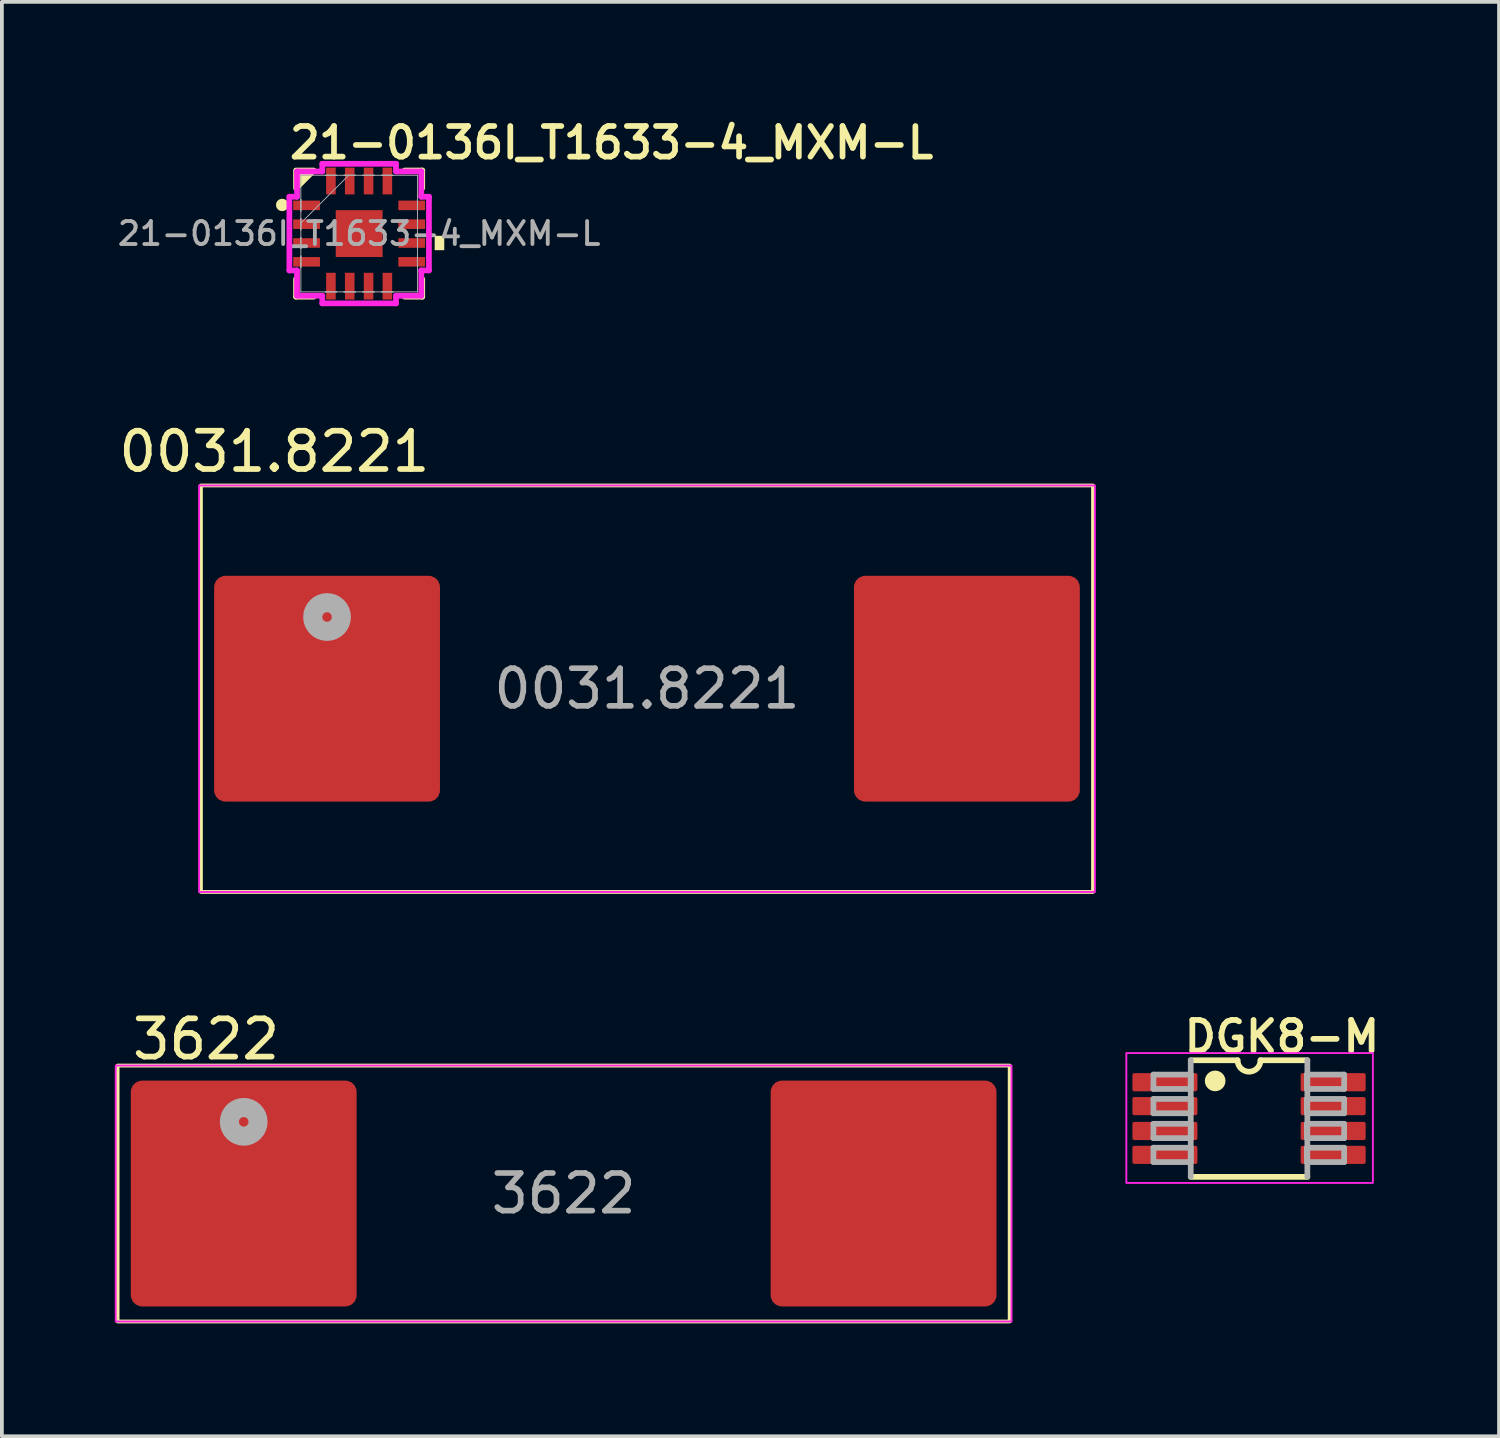
<source format=kicad_pcb>
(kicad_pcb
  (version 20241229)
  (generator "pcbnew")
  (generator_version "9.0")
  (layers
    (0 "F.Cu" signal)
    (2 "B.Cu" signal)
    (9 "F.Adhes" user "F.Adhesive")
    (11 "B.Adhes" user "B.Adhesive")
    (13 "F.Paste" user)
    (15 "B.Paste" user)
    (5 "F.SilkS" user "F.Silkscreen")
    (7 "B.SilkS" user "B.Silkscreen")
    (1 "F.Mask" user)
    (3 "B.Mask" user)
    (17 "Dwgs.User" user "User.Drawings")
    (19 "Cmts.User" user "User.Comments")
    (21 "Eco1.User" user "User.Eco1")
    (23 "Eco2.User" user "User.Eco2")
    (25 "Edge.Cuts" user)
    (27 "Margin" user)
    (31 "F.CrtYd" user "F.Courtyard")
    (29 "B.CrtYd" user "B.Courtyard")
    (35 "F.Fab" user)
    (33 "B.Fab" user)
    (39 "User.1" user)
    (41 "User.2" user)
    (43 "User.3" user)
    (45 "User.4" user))
  (footprint "3622"
    (layer "F.Cu")
    (at 11.925 28.66)
    (property "Reference" "3622" (at -9.5 -4.1 0) (unlocked yes) (layer "F.SilkS") (effects (font (size 1.016 1.016) (thickness 0.152))))
    (attr smd)
    (fp_rect (start -11.85 -3.4) (end 11.85 3.4) (stroke (width 0.1) (type solid)) (fill no) (layer "F.SilkS"))
    (fp_rect (start -11.9 -3.4) (end 11.9 3.4) (stroke (width 0.05) (type solid)) (fill no) (layer "F.CrtYd"))
    (fp_circle (center -8.5 -1.905) (end -8.119 -1.905) (stroke (width 0.508) (type solid)) (fill no) (layer "F.Fab"))
    (fp_text user "${REFERENCE}" (at 0 0 0) (unlocked yes) (layer "F.Fab") (effects (font (size 1 1) (thickness 0.15))))
    (pad "1" smd roundrect (at -8.5 0) (size 6 6) (layers "F.Cu" "F.Mask" "F.Paste") (roundrect_rratio 0.05))
    (pad "2" smd roundrect (at 8.5 0) (size 6 6) (layers "F.Cu" "F.Mask" "F.Paste") (roundrect_rratio 0.05)))
  (footprint "21-0136I_T1633-4_MXM-L"
    (layer "F.Cu")
    (at 6.492 3.156)
    (property "Reference" "21-0136I_T1633-4_MXM-L" (at -1.93 -2.413 0) (unlocked yes) (layer "F.SilkS") (effects (font (size 0.813 0.813) (thickness 0.152) (bold yes)) (justify left)))
    (attr smd)
    (fp_line (start -1.676 1.21) (end -1.676 1.676) (stroke (width 0.152) (type solid)) (layer "F.SilkS"))
    (fp_line (start -1.676 1.676) (end -1.21 1.676) (stroke (width 0.152) (type solid)) (layer "F.SilkS"))
    (fp_line (start 1.21 1.676) (end 1.676 1.676) (stroke (width 0.152) (type solid)) (layer "F.SilkS"))
    (fp_line (start 1.676 -1.676) (end 1.21 -1.676) (stroke (width 0.152) (type solid)) (layer "F.SilkS"))
    (fp_line (start 1.676 -1.21) (end 1.676 -1.676) (stroke (width 0.152) (type solid)) (layer "F.SilkS"))
    (fp_line (start 1.676 1.676) (end 1.676 1.21) (stroke (width 0.152) (type solid)) (layer "F.SilkS"))
    (fp_circle (center -2.045 -0.761) (end -1.994 -0.863) (stroke (width 0.1) (type solid)) (fill yes) (layer "F.SilkS"))
    (fp_poly (pts (xy -1.21 -1.676) (xy -1.676 -1.21) (xy -1.676 -1.676)) (stroke (width 0.152) (type solid)) (fill yes) (layer "F.SilkS"))
    (fp_poly (pts (xy 2.261 0.059) (xy 2.261 0.441) (xy 2.007 0.441) (xy 2.007 0.059)) (stroke (width 0) (type solid)) (fill yes) (layer "F.SilkS"))
    (fp_line (start -1.854 -0.979) (end -1.651 -0.979) (stroke (width 0.152) (type solid)) (layer "F.CrtYd"))
    (fp_line (start -1.854 0.979) (end -1.854 -0.979) (stroke (width 0.152) (type solid)) (layer "F.CrtYd"))
    (fp_line (start -1.651 -1.651) (end -0.979 -1.651) (stroke (width 0.152) (type solid)) (layer "F.CrtYd"))
    (fp_line (start -1.651 -0.979) (end -1.651 -1.651) (stroke (width 0.152) (type solid)) (layer "F.CrtYd"))
    (fp_line (start -1.651 0.979) (end -1.854 0.979) (stroke (width 0.152) (type solid)) (layer "F.CrtYd"))
    (fp_line (start -1.651 1.651) (end -1.651 0.979) (stroke (width 0.152) (type solid)) (layer "F.CrtYd"))
    (fp_line (start -0.979 -1.854) (end 0.979 -1.854) (stroke (width 0.152) (type solid)) (layer "F.CrtYd"))
    (fp_line (start -0.979 -1.651) (end -0.979 -1.854) (stroke (width 0.152) (type solid)) (layer "F.CrtYd"))
    (fp_line (start -0.979 1.651) (end -1.651 1.651) (stroke (width 0.152) (type solid)) (layer "F.CrtYd"))
    (fp_line (start -0.979 1.854) (end -0.979 1.651) (stroke (width 0.152) (type solid)) (layer "F.CrtYd"))
    (fp_line (start 0.979 -1.854) (end 0.979 -1.651) (stroke (width 0.152) (type solid)) (layer "F.CrtYd"))
    (fp_line (start 0.979 -1.651) (end 1.651 -1.651) (stroke (width 0.152) (type solid)) (layer "F.CrtYd"))
    (fp_line (start 0.979 1.651) (end 0.979 1.854) (stroke (width 0.152) (type solid)) (layer "F.CrtYd"))
    (fp_line (start 0.979 1.854) (end -0.979 1.854) (stroke (width 0.152) (type solid)) (layer "F.CrtYd"))
    (fp_line (start 1.651 -1.651) (end 1.651 -0.979) (stroke (width 0.152) (type solid)) (layer "F.CrtYd"))
    (fp_line (start 1.651 -0.979) (end 1.854 -0.979) (stroke (width 0.152) (type solid)) (layer "F.CrtYd"))
    (fp_line (start 1.651 0.979) (end 1.651 1.651) (stroke (width 0.152) (type solid)) (layer "F.CrtYd"))
    (fp_line (start 1.651 1.651) (end 0.979 1.651) (stroke (width 0.152) (type solid)) (layer "F.CrtYd"))
    (fp_line (start 1.854 -0.979) (end 1.854 0.979) (stroke (width 0.152) (type solid)) (layer "F.CrtYd"))
    (fp_line (start 1.854 0.979) (end 1.651 0.979) (stroke (width 0.152) (type solid)) (layer "F.CrtYd"))
    (fp_line (start -1.549 -1.549) (end -1.549 -1.549) (stroke (width 0.025) (type solid)) (layer "F.Fab"))
    (fp_line (start -1.549 -1.549) (end -1.549 1.549) (stroke (width 0.025) (type solid)) (layer "F.Fab"))
    (fp_line (start -1.549 -0.902) (end -1.549 -0.902) (stroke (width 0.025) (type solid)) (layer "F.Fab"))
    (fp_line (start -1.549 -0.902) (end -1.549 -0.598) (stroke (width 0.025) (type solid)) (layer "F.Fab"))
    (fp_line (start -1.549 -0.598) (end -1.549 -0.902) (stroke (width 0.025) (type solid)) (layer "F.Fab"))
    (fp_line (start -1.549 -0.598) (end -1.549 -0.598) (stroke (width 0.025) (type solid)) (layer "F.Fab"))
    (fp_line (start -1.549 -0.402) (end -1.549 -0.402) (stroke (width 0.025) (type solid)) (layer "F.Fab"))
    (fp_line (start -1.549 -0.402) (end -1.549 -0.098) (stroke (width 0.025) (type solid)) (layer "F.Fab"))
    (fp_line (start -1.549 -0.279) (end -0.279 -1.549) (stroke (width 0.025) (type solid)) (layer "F.Fab"))
    (fp_line (start -1.549 -0.098) (end -1.549 -0.402) (stroke (width 0.025) (type solid)) (layer "F.Fab"))
    (fp_line (start -1.549 -0.098) (end -1.549 -0.098) (stroke (width 0.025) (type solid)) (layer "F.Fab"))
    (fp_line (start -1.549 0.098) (end -1.549 0.098) (stroke (width 0.025) (type solid)) (layer "F.Fab"))
    (fp_line (start -1.549 0.098) (end -1.549 0.402) (stroke (width 0.025) (type solid)) (layer "F.Fab"))
    (fp_line (start -1.549 0.402) (end -1.549 0.098) (stroke (width 0.025) (type solid)) (layer "F.Fab"))
    (fp_line (start -1.549 0.402) (end -1.549 0.402) (stroke (width 0.025) (type solid)) (layer "F.Fab"))
    (fp_line (start -1.549 0.598) (end -1.549 0.598) (stroke (width 0.025) (type solid)) (layer "F.Fab"))
    (fp_line (start -1.549 0.598) (end -1.549 0.902) (stroke (width 0.025) (type solid)) (layer "F.Fab"))
    (fp_line (start -1.549 0.902) (end -1.549 0.598) (stroke (width 0.025) (type solid)) (layer "F.Fab"))
    (fp_line (start -1.549 0.902) (end -1.549 0.902) (stroke (width 0.025) (type solid)) (layer "F.Fab"))
    (fp_line (start -1.549 1.549) (end -1.549 1.549) (stroke (width 0.025) (type solid)) (layer "F.Fab"))
    (fp_line (start -1.549 1.549) (end 1.549 1.549) (stroke (width 0.025) (type solid)) (layer "F.Fab"))
    (fp_line (start -0.902 -1.549) (end -0.902 -1.549) (stroke (width 0.025) (type solid)) (layer "F.Fab"))
    (fp_line (start -0.902 -1.549) (end -0.598 -1.549) (stroke (width 0.025) (type solid)) (layer "F.Fab"))
    (fp_line (start -0.902 1.549) (end -0.902 1.549) (stroke (width 0.025) (type solid)) (layer "F.Fab"))
    (fp_line (start -0.902 1.549) (end -0.598 1.549) (stroke (width 0.025) (type solid)) (layer "F.Fab"))
    (fp_line (start -0.598 -1.549) (end -0.902 -1.549) (stroke (width 0.025) (type solid)) (layer "F.Fab"))
    (fp_line (start -0.598 -1.549) (end -0.598 -1.549) (stroke (width 0.025) (type solid)) (layer "F.Fab"))
    (fp_line (start -0.598 1.549) (end -0.902 1.549) (stroke (width 0.025) (type solid)) (layer "F.Fab"))
    (fp_line (start -0.598 1.549) (end -0.598 1.549) (stroke (width 0.025) (type solid)) (layer "F.Fab"))
    (fp_line (start -0.402 -1.549) (end -0.402 -1.549) (stroke (width 0.025) (type solid)) (layer "F.Fab"))
    (fp_line (start -0.402 -1.549) (end -0.098 -1.549) (stroke (width 0.025) (type solid)) (layer "F.Fab"))
    (fp_line (start -0.402 1.549) (end -0.402 1.549) (stroke (width 0.025) (type solid)) (layer "F.Fab"))
    (fp_line (start -0.402 1.549) (end -0.098 1.549) (stroke (width 0.025) (type solid)) (layer "F.Fab"))
    (fp_line (start -0.098 -1.549) (end -0.402 -1.549) (stroke (width 0.025) (type solid)) (layer "F.Fab"))
    (fp_line (start -0.098 -1.549) (end -0.098 -1.549) (stroke (width 0.025) (type solid)) (layer "F.Fab"))
    (fp_line (start -0.098 1.549) (end -0.402 1.549) (stroke (width 0.025) (type solid)) (layer "F.Fab"))
    (fp_line (start -0.098 1.549) (end -0.098 1.549) (stroke (width 0.025) (type solid)) (layer "F.Fab"))
    (fp_line (start 0.098 -1.549) (end 0.098 -1.549) (stroke (width 0.025) (type solid)) (layer "F.Fab"))
    (fp_line (start 0.098 -1.549) (end 0.402 -1.549) (stroke (width 0.025) (type solid)) (layer "F.Fab"))
    (fp_line (start 0.098 1.549) (end 0.098 1.549) (stroke (width 0.025) (type solid)) (layer "F.Fab"))
    (fp_line (start 0.098 1.549) (end 0.402 1.549) (stroke (width 0.025) (type solid)) (layer "F.Fab"))
    (fp_line (start 0.402 -1.549) (end 0.098 -1.549) (stroke (width 0.025) (type solid)) (layer "F.Fab"))
    (fp_line (start 0.402 -1.549) (end 0.402 -1.549) (stroke (width 0.025) (type solid)) (layer "F.Fab"))
    (fp_line (start 0.402 1.549) (end 0.098 1.549) (stroke (width 0.025) (type solid)) (layer "F.Fab"))
    (fp_line (start 0.402 1.549) (end 0.402 1.549) (stroke (width 0.025) (type solid)) (layer "F.Fab"))
    (fp_line (start 0.598 -1.549) (end 0.598 -1.549) (stroke (width 0.025) (type solid)) (layer "F.Fab"))
    (fp_line (start 0.598 -1.549) (end 0.902 -1.549) (stroke (width 0.025) (type solid)) (layer "F.Fab"))
    (fp_line (start 0.598 1.549) (end 0.598 1.549) (stroke (width 0.025) (type solid)) (layer "F.Fab"))
    (fp_line (start 0.598 1.549) (end 0.902 1.549) (stroke (width 0.025) (type solid)) (layer "F.Fab"))
    (fp_line (start 0.902 -1.549) (end 0.598 -1.549) (stroke (width 0.025) (type solid)) (layer "F.Fab"))
    (fp_line (start 0.902 -1.549) (end 0.902 -1.549) (stroke (width 0.025) (type solid)) (layer "F.Fab"))
    (fp_line (start 0.902 1.549) (end 0.598 1.549) (stroke (width 0.025) (type solid)) (layer "F.Fab"))
    (fp_line (start 0.902 1.549) (end 0.902 1.549) (stroke (width 0.025) (type solid)) (layer "F.Fab"))
    (fp_line (start 1.549 -1.549) (end -1.549 -1.549) (stroke (width 0.025) (type solid)) (layer "F.Fab"))
    (fp_line (start 1.549 -1.549) (end 1.549 -1.549) (stroke (width 0.025) (type solid)) (layer "F.Fab"))
    (fp_line (start 1.549 -0.902) (end 1.549 -0.902) (stroke (width 0.025) (type solid)) (layer "F.Fab"))
    (fp_line (start 1.549 -0.902) (end 1.549 -0.598) (stroke (width 0.025) (type solid)) (layer "F.Fab"))
    (fp_line (start 1.549 -0.598) (end 1.549 -0.902) (stroke (width 0.025) (type solid)) (layer "F.Fab"))
    (fp_line (start 1.549 -0.598) (end 1.549 -0.598) (stroke (width 0.025) (type solid)) (layer "F.Fab"))
    (fp_line (start 1.549 -0.402) (end 1.549 -0.402) (stroke (width 0.025) (type solid)) (layer "F.Fab"))
    (fp_line (start 1.549 -0.402) (end 1.549 -0.098) (stroke (width 0.025) (type solid)) (layer "F.Fab"))
    (fp_line (start 1.549 -0.098) (end 1.549 -0.402) (stroke (width 0.025) (type solid)) (layer "F.Fab"))
    (fp_line (start 1.549 -0.098) (end 1.549 -0.098) (stroke (width 0.025) (type solid)) (layer "F.Fab"))
    (fp_line (start 1.549 0.098) (end 1.549 0.098) (stroke (width 0.025) (type solid)) (layer "F.Fab"))
    (fp_line (start 1.549 0.098) (end 1.549 0.402) (stroke (width 0.025) (type solid)) (layer "F.Fab"))
    (fp_line (start 1.549 0.402) (end 1.549 0.098) (stroke (width 0.025) (type solid)) (layer "F.Fab"))
    (fp_line (start 1.549 0.402) (end 1.549 0.402) (stroke (width 0.025) (type solid)) (layer "F.Fab"))
    (fp_line (start 1.549 0.598) (end 1.549 0.598) (stroke (width 0.025) (type solid)) (layer "F.Fab"))
    (fp_line (start 1.549 0.598) (end 1.549 0.902) (stroke (width 0.025) (type solid)) (layer "F.Fab"))
    (fp_line (start 1.549 0.902) (end 1.549 0.598) (stroke (width 0.025) (type solid)) (layer "F.Fab"))
    (fp_line (start 1.549 0.902) (end 1.549 0.902) (stroke (width 0.025) (type solid)) (layer "F.Fab"))
    (fp_line (start 1.549 1.549) (end 1.549 -1.549) (stroke (width 0.025) (type solid)) (layer "F.Fab"))
    (fp_line (start 1.549 1.549) (end 1.549 1.549) (stroke (width 0.025) (type solid)) (layer "F.Fab"))
    (fp_text user "${REFERENCE}" (at 0 0 0) (unlocked yes) (layer "F.Fab") (effects (font (size 0.61 0.61) (thickness 0.102) (bold yes))))
    (pad "1" smd rect (at -1.397 -0.75 90) (size 0.254 0.711) (layers "F.Cu" "F.Mask" "F.Paste"))
    (pad "2" smd rect (at -1.397 -0.25 90) (size 0.254 0.711) (layers "F.Cu" "F.Mask" "F.Paste"))
    (pad "3" smd rect (at -1.397 0.25 90) (size 0.254 0.711) (layers "F.Cu" "F.Mask" "F.Paste"))
    (pad "4" smd rect (at -1.397 0.75 90) (size 0.254 0.711) (layers "F.Cu" "F.Mask" "F.Paste"))
    (pad "5" smd rect (at -0.75 1.397) (size 0.254 0.711) (layers "F.Cu" "F.Mask" "F.Paste"))
    (pad "6" smd rect (at -0.25 1.397) (size 0.254 0.711) (layers "F.Cu" "F.Mask" "F.Paste"))
    (pad "7" smd rect (at 0.25 1.397) (size 0.254 0.711) (layers "F.Cu" "F.Mask" "F.Paste"))
    (pad "8" smd rect (at 0.75 1.397) (size 0.254 0.711) (layers "F.Cu" "F.Mask" "F.Paste"))
    (pad "9" smd rect (at 1.397 0.75 90) (size 0.254 0.711) (layers "F.Cu" "F.Mask" "F.Paste"))
    (pad "10" smd rect (at 1.397 0.25 90) (size 0.254 0.711) (layers "F.Cu" "F.Mask" "F.Paste"))
    (pad "11" smd rect (at 1.397 -0.25 90) (size 0.254 0.711) (layers "F.Cu" "F.Mask" "F.Paste"))
    (pad "12" smd rect (at 1.397 -0.75 90) (size 0.254 0.711) (layers "F.Cu" "F.Mask" "F.Paste"))
    (pad "13" smd rect (at 0.75 -1.397) (size 0.254 0.711) (layers "F.Cu" "F.Mask" "F.Paste"))
    (pad "14" smd rect (at 0.25 -1.397) (size 0.254 0.711) (layers "F.Cu" "F.Mask" "F.Paste"))
    (pad "15" smd rect (at -0.25 -1.397) (size 0.254 0.711) (layers "F.Cu" "F.Mask" "F.Paste"))
    (pad "16" smd rect (at -0.75 -1.397) (size 0.254 0.711) (layers "F.Cu" "F.Mask" "F.Paste"))
    (pad "17" smd rect (at 0 0) (size 1.245 1.245) (layers "F.Cu" "F.Mask" "F.Paste")))
  (footprint "DGK8-M"
    (layer "F.Cu")
    (at 30.135 26.668)
    (property "Reference" "DGK8-M" (at -1.8 -1.7 0) (layer "F.SilkS") (effects (font (size 0.813 0.813) (thickness 0.152) (bold yes)) (justify left bottom)))
    (attr smd)
    (fp_line (start -1.549 1.549) (end 1.549 1.549) (stroke (width 0.152) (type solid)) (layer "F.SilkS"))
    (fp_line (start -0.305 -1.549) (end -1.549 -1.549) (stroke (width 0.152) (type solid)) (layer "F.SilkS"))
    (fp_line (start 1.549 -1.549) (end 0.305 -1.549) (stroke (width 0.152) (type solid)) (layer "F.SilkS"))
    (fp_arc (start 0.3048 -1.5494) (mid 0 -1.2446) (end -0.3048 -1.5494) (stroke (width 0.1524) (type solid)) (layer "F.SilkS"))
    (fp_circle (center -0.9 -1) (end -0.676 -1) (stroke (width 0.1) (type solid)) (fill yes) (layer "F.SilkS"))
    (fp_rect (start -3.26 -1.74) (end 3.29 1.71) (stroke (width 0.05) (type default)) (fill no) (layer "F.CrtYd"))
    (fp_line (start -2.54 -1.168) (end -2.54 -0.787) (stroke (width 0.152) (type solid)) (layer "F.Fab"))
    (fp_line (start -2.54 -0.787) (end -1.549 -0.787) (stroke (width 0.152) (type solid)) (layer "F.Fab"))
    (fp_line (start -2.54 -0.521) (end -2.54 -0.14) (stroke (width 0.152) (type solid)) (layer "F.Fab"))
    (fp_line (start -2.54 -0.14) (end -1.549 -0.14) (stroke (width 0.152) (type solid)) (layer "F.Fab"))
    (fp_line (start -2.54 0.14) (end -2.54 0.521) (stroke (width 0.152) (type solid)) (layer "F.Fab"))
    (fp_line (start -2.54 0.521) (end -1.549 0.521) (stroke (width 0.152) (type solid)) (layer "F.Fab"))
    (fp_line (start -2.54 0.775) (end -2.54 1.156) (stroke (width 0.152) (type solid)) (layer "F.Fab"))
    (fp_line (start -2.54 1.156) (end -1.549 1.156) (stroke (width 0.152) (type solid)) (layer "F.Fab"))
    (fp_line (start -1.549 -1.549) (end -1.549 1.549) (stroke (width 0.152) (type solid)) (layer "F.Fab"))
    (fp_line (start -1.549 -1.168) (end -2.54 -1.168) (stroke (width 0.152) (type solid)) (layer "F.Fab"))
    (fp_line (start -1.549 -0.787) (end -1.549 -1.168) (stroke (width 0.152) (type solid)) (layer "F.Fab"))
    (fp_line (start -1.549 -0.521) (end -2.54 -0.521) (stroke (width 0.152) (type solid)) (layer "F.Fab"))
    (fp_line (start -1.549 -0.14) (end -1.549 -0.521) (stroke (width 0.152) (type solid)) (layer "F.Fab"))
    (fp_line (start -1.549 0.14) (end -2.54 0.14) (stroke (width 0.152) (type solid)) (layer "F.Fab"))
    (fp_line (start -1.549 0.521) (end -1.549 0.14) (stroke (width 0.152) (type solid)) (layer "F.Fab"))
    (fp_line (start -1.549 0.775) (end -2.54 0.775) (stroke (width 0.152) (type solid)) (layer "F.Fab"))
    (fp_line (start -1.549 1.156) (end -1.549 0.775) (stroke (width 0.152) (type solid)) (layer "F.Fab"))
    (fp_line (start 1.537 -1.168) (end 1.537 -0.787) (stroke (width 0.152) (type solid)) (layer "F.Fab"))
    (fp_line (start 1.537 -0.787) (end 2.527 -0.787) (stroke (width 0.152) (type solid)) (layer "F.Fab"))
    (fp_line (start 1.537 -0.521) (end 1.537 -0.14) (stroke (width 0.152) (type solid)) (layer "F.Fab"))
    (fp_line (start 1.537 -0.14) (end 2.527 -0.14) (stroke (width 0.152) (type solid)) (layer "F.Fab"))
    (fp_line (start 1.537 0.14) (end 1.537 0.521) (stroke (width 0.152) (type solid)) (layer "F.Fab"))
    (fp_line (start 1.537 0.521) (end 2.527 0.521) (stroke (width 0.152) (type solid)) (layer "F.Fab"))
    (fp_line (start 1.537 0.775) (end 1.537 1.156) (stroke (width 0.152) (type solid)) (layer "F.Fab"))
    (fp_line (start 1.537 1.156) (end 2.527 1.156) (stroke (width 0.152) (type solid)) (layer "F.Fab"))
    (fp_line (start 1.549 1.549) (end 1.549 -1.549) (stroke (width 0.152) (type solid)) (layer "F.Fab"))
    (fp_line (start 2.527 -1.168) (end 1.537 -1.168) (stroke (width 0.152) (type solid)) (layer "F.Fab"))
    (fp_line (start 2.527 -0.787) (end 2.527 -1.168) (stroke (width 0.152) (type solid)) (layer "F.Fab"))
    (fp_line (start 2.527 -0.521) (end 1.537 -0.521) (stroke (width 0.152) (type solid)) (layer "F.Fab"))
    (fp_line (start 2.527 -0.14) (end 2.527 -0.521) (stroke (width 0.152) (type solid)) (layer "F.Fab"))
    (fp_line (start 2.527 0.14) (end 1.537 0.14) (stroke (width 0.152) (type solid)) (layer "F.Fab"))
    (fp_line (start 2.527 0.521) (end 2.527 0.14) (stroke (width 0.152) (type solid)) (layer "F.Fab"))
    (fp_line (start 2.527 0.775) (end 1.537 0.775) (stroke (width 0.152) (type solid)) (layer "F.Fab"))
    (fp_line (start 2.527 1.156) (end 2.527 0.775) (stroke (width 0.152) (type solid)) (layer "F.Fab"))
    (pad "1" smd roundrect (at -2.235 -0.965) (size 1.727 0.483) (layers "F.Cu" "F.Mask" "F.Paste") (roundrect_rratio 0.105))
    (pad "2" smd roundrect (at -2.235 -0.33) (size 1.727 0.483) (layers "F.Cu" "F.Mask" "F.Paste") (roundrect_rratio 0.105))
    (pad "3" smd roundrect (at -2.235 0.33) (size 1.727 0.483) (layers "F.Cu" "F.Mask" "F.Paste") (roundrect_rratio 0.105))
    (pad "4" smd roundrect (at -2.235 0.965) (size 1.727 0.483) (layers "F.Cu" "F.Mask" "F.Paste") (roundrect_rratio 0.105))
    (pad "5" smd roundrect (at 2.235 0.965) (size 1.727 0.483) (layers "F.Cu" "F.Mask" "F.Paste") (roundrect_rratio 0.105))
    (pad "6" smd roundrect (at 2.235 0.33) (size 1.727 0.483) (layers "F.Cu" "F.Mask" "F.Paste") (roundrect_rratio 0.105))
    (pad "7" smd roundrect (at 2.235 -0.33) (size 1.727 0.483) (layers "F.Cu" "F.Mask" "F.Paste") (roundrect_rratio 0.105))
    (pad "8" smd roundrect (at 2.235 -0.965) (size 1.727 0.483) (layers "F.Cu" "F.Mask" "F.Paste") (roundrect_rratio 0.105)))
  (footprint "0031.8221"
    (layer "F.Cu")
    (at 14.139 15.248)
    (property "Reference" "0031.8221" (at -9.9 -6.3 0) (unlocked yes) (layer "F.SilkS") (effects (font (size 1.016 1.016) (thickness 0.152))))
    (attr smd)
    (fp_rect (start -11.85 -5.4) (end 11.85 5.4) (stroke (width 0.1) (type solid)) (fill no) (layer "F.SilkS"))
    (fp_rect (start -11.9 -5.4) (end 11.9 5.4) (stroke (width 0.05) (type solid)) (fill no) (layer "F.CrtYd"))
    (fp_circle (center -8.5 -1.905) (end -8.119 -1.905) (stroke (width 0.508) (type solid)) (fill no) (layer "F.Fab"))
    (fp_text user "${REFERENCE}" (at 0 0 0) (unlocked yes) (layer "F.Fab") (effects (font (size 1 1) (thickness 0.15))))
    (pad "1" smd roundrect (at -8.5 0) (size 6 6) (layers "F.Cu" "F.Mask" "F.Paste") (roundrect_rratio 0.05))
    (pad "2" smd roundrect (at 8.5 0) (size 6 6) (layers "F.Cu" "F.Mask" "F.Paste") (roundrect_rratio 0.05)))
  (gr_rect
    (start -3 -3)
    (end 36.777 35.11)
    (stroke (width 0.1) (type default))
    (fill no)
    (layer "Edge.Cuts")))
</source>
